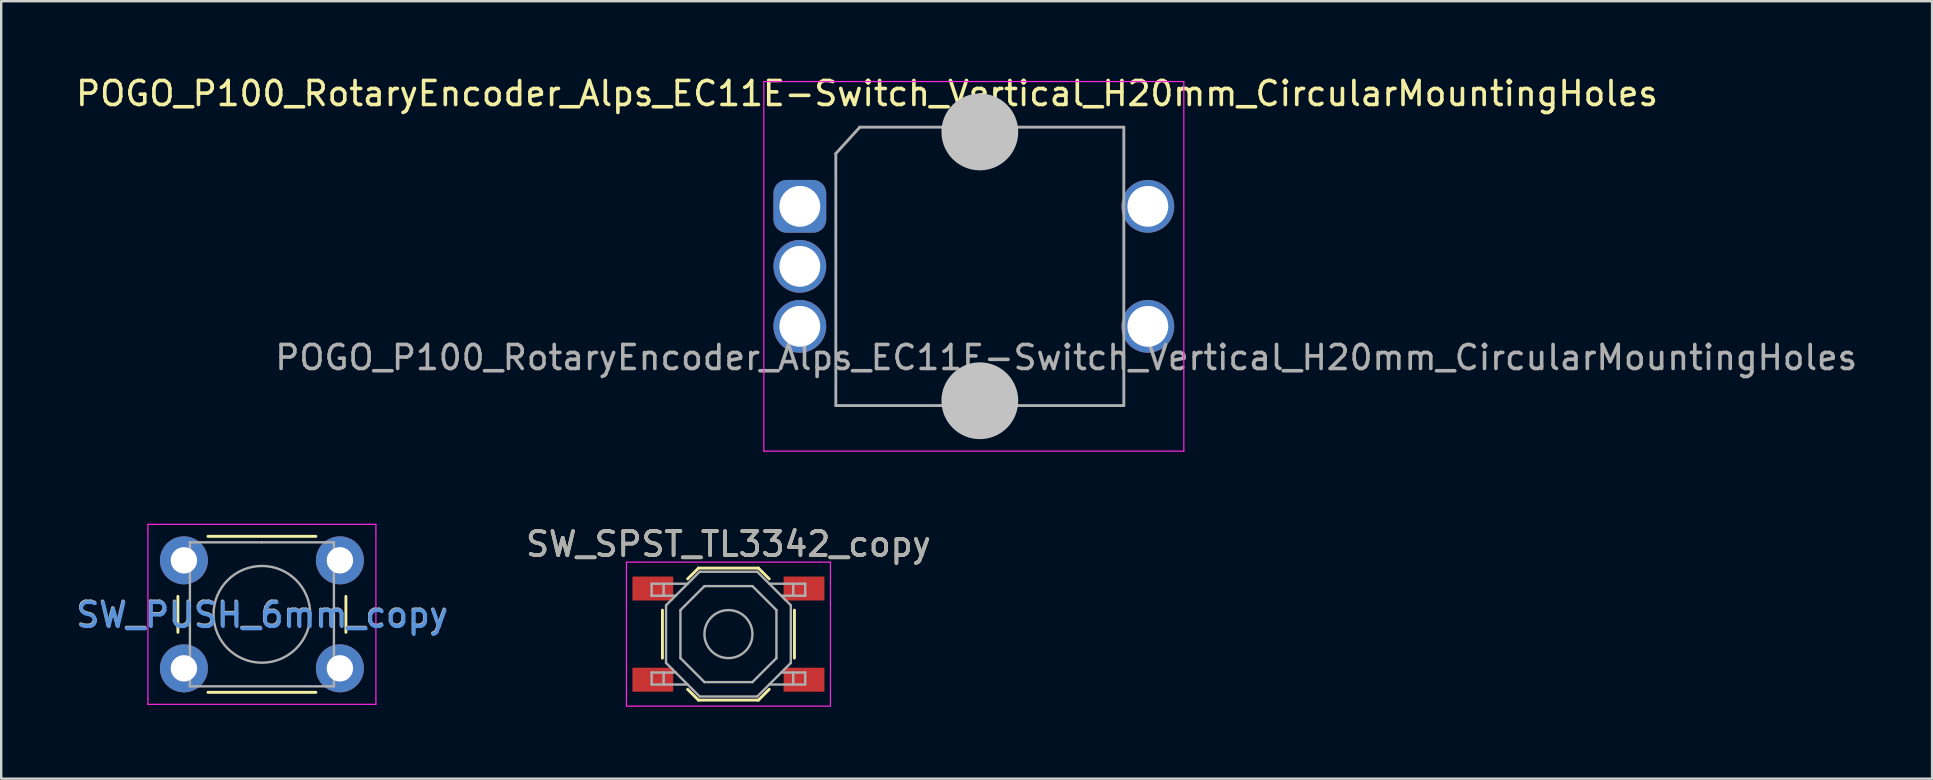
<source format=kicad_pcb>
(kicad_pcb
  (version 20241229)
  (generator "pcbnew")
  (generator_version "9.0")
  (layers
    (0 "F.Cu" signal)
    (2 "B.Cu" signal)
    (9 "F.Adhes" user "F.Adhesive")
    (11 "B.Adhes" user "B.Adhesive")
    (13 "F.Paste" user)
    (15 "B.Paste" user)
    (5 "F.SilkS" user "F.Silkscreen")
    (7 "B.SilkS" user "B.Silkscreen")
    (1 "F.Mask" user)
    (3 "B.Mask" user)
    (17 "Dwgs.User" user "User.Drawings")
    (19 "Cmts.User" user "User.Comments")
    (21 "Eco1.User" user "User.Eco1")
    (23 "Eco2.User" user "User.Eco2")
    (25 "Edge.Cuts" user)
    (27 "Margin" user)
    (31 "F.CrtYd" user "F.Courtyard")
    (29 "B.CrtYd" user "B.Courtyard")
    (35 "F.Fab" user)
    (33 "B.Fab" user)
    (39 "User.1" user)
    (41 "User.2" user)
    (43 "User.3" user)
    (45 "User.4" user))
  (footprint "POGO_P100_RotaryEncoder_Alps_EC11E-Switch_Vertical_H20mm_CircularMountingHoles"
    (layer "F.Cu")
    (at 30.277 5.548)
    (property "Reference" "POGO_P100_RotaryEncoder_Alps_EC11E-Switch_Vertical_H20mm_CircularMountingHoles" (at 2.8 -4.7 0) (layer "F.SilkS") (effects (font (size 1 1) (thickness 0.15))))
    (attr through_hole)
    (fp_line (start -1.5 -5.2) (end -1.5 10.2) (stroke (width 0.05) (type solid)) (layer "F.CrtYd"))
    (fp_line (start -1.5 -5.2) (end 16 -5.2) (stroke (width 0.05) (type solid)) (layer "F.CrtYd"))
    (fp_line (start 16 10.2) (end -1.5 10.2) (stroke (width 0.05) (type solid)) (layer "F.CrtYd"))
    (fp_line (start 16 10.2) (end 16 -5.2) (stroke (width 0.05) (type solid)) (layer "F.CrtYd"))
    (fp_line (start 1.5 -2.2) (end 2.5 -3.3) (stroke (width 0.12) (type solid)) (layer "F.Fab"))
    (fp_line (start 1.5 8.3) (end 1.5 -2.2) (stroke (width 0.12) (type solid)) (layer "F.Fab"))
    (fp_line (start 2.5 -3.3) (end 13.5 -3.3) (stroke (width 0.12) (type solid)) (layer "F.Fab"))
    (fp_line (start 13.5 -3.3) (end 13.5 8.3) (stroke (width 0.12) (type solid)) (layer "F.Fab"))
    (fp_line (start 13.5 8.3) (end 1.5 8.3) (stroke (width 0.12) (type solid)) (layer "F.Fab"))
    (fp_text user "${REFERENCE}" (at 11.1 6.3 0) (layer "F.Fab") (effects (font (size 1 1) (thickness 0.15))))
    (pad "" smd circle (at 7.5 -3.1) (size 3.2 3.2) (layers "Dwgs.User"))
    (pad "" smd circle (at 7.5 8.1) (size 3.2 3.2) (layers "Dwgs.User"))
    (pad "A" thru_hole roundrect (at 0 0) (size 2.2 2.2) (drill 1.7) (layers "*.Cu" "*.Mask") (roundrect_rratio 0.25))
    (pad "B" thru_hole circle (at 0 5) (size 2.2 2.2) (drill 1.7) (layers "*.Cu" "*.Mask"))
    (pad "C" thru_hole circle (at 0 2.5) (size 2.2 2.2) (drill 1.7) (layers "*.Cu" "*.Mask"))
    (pad "S1" thru_hole circle (at 14.5 5) (size 2.2 2.2) (drill 1.7) (layers "*.Cu" "*.Mask"))
    (pad "S2" thru_hole circle (at 14.5 0) (size 2.2 2.2) (drill 1.7) (layers "*.Cu" "*.Mask")))
  (footprint "SW_SPST_TL3342_copy"
    (layer "F.Cu")
    (at 27.302 23.372)
    (property "Reference" "SW_SPST_TL3342_copy" (at 0 -3.75 180) (layer "F.SilkS") (effects (font (size 1 1) (thickness 0.15))))
    (attr smd)
    (fp_line (start -2.75 -1) (end -2.75 1) (stroke (width 0.12) (type solid)) (layer "F.SilkS"))
    (fp_line (start -1.7 -2.3) (end -1.25 -2.75) (stroke (width 0.12) (type solid)) (layer "F.SilkS"))
    (fp_line (start -1.7 2.3) (end -1.25 2.75) (stroke (width 0.12) (type solid)) (layer "F.SilkS"))
    (fp_line (start -1.25 -2.75) (end 1.25 -2.75) (stroke (width 0.12) (type solid)) (layer "F.SilkS"))
    (fp_line (start -1.25 2.75) (end 1.25 2.75) (stroke (width 0.12) (type solid)) (layer "F.SilkS"))
    (fp_line (start 1.7 -2.3) (end 1.25 -2.75) (stroke (width 0.12) (type solid)) (layer "F.SilkS"))
    (fp_line (start 1.7 2.3) (end 1.25 2.75) (stroke (width 0.12) (type solid)) (layer "F.SilkS"))
    (fp_line (start 2.75 -1) (end 2.75 1) (stroke (width 0.12) (type solid)) (layer "F.SilkS"))
    (fp_line (start -4.25 -3) (end 4.25 -3) (stroke (width 0.05) (type solid)) (layer "F.CrtYd"))
    (fp_line (start -4.25 3) (end -4.25 -3) (stroke (width 0.05) (type solid)) (layer "F.CrtYd"))
    (fp_line (start 4.25 -3) (end 4.25 3) (stroke (width 0.05) (type solid)) (layer "F.CrtYd"))
    (fp_line (start 4.25 3) (end -4.25 3) (stroke (width 0.05) (type solid)) (layer "F.CrtYd"))
    (fp_line (start -3.2 -2.1) (end -3.2 -1.6) (stroke (width 0.1) (type solid)) (layer "F.Fab"))
    (fp_line (start -3.2 -1.6) (end -2.2 -1.6) (stroke (width 0.1) (type solid)) (layer "F.Fab"))
    (fp_line (start -3.2 1.6) (end -2.2 1.6) (stroke (width 0.1) (type solid)) (layer "F.Fab"))
    (fp_line (start -3.2 2.1) (end -3.2 1.6) (stroke (width 0.1) (type solid)) (layer "F.Fab"))
    (fp_line (start -2.7 -2.1) (end -2.7 -1.6) (stroke (width 0.1) (type solid)) (layer "F.Fab"))
    (fp_line (start -2.7 2.1) (end -2.7 1.6) (stroke (width 0.1) (type solid)) (layer "F.Fab"))
    (fp_line (start -2.6 -1.2) (end -2.6 1.2) (stroke (width 0.1) (type solid)) (layer "F.Fab"))
    (fp_line (start -2.6 1.2) (end -1.2 2.6) (stroke (width 0.1) (type solid)) (layer "F.Fab"))
    (fp_line (start -2 -1) (end -1 -2) (stroke (width 0.1) (type solid)) (layer "F.Fab"))
    (fp_line (start -2 1) (end -2 -1) (stroke (width 0.1) (type solid)) (layer "F.Fab"))
    (fp_line (start -1.7 -2.1) (end -3.2 -2.1) (stroke (width 0.1) (type solid)) (layer "F.Fab"))
    (fp_line (start -1.7 2.1) (end -3.2 2.1) (stroke (width 0.1) (type solid)) (layer "F.Fab"))
    (fp_line (start -1.2 -2.6) (end -2.6 -1.2) (stroke (width 0.1) (type solid)) (layer "F.Fab"))
    (fp_line (start -1.2 2.6) (end 1.2 2.6) (stroke (width 0.1) (type solid)) (layer "F.Fab"))
    (fp_line (start -1 -2) (end 1 -2) (stroke (width 0.1) (type solid)) (layer "F.Fab"))
    (fp_line (start -1 2) (end -2 1) (stroke (width 0.1) (type solid)) (layer "F.Fab"))
    (fp_line (start 1 -2) (end 2 -1) (stroke (width 0.1) (type solid)) (layer "F.Fab"))
    (fp_line (start 1 2) (end -1 2) (stroke (width 0.1) (type solid)) (layer "F.Fab"))
    (fp_line (start 1.2 -2.6) (end -1.2 -2.6) (stroke (width 0.1) (type solid)) (layer "F.Fab"))
    (fp_line (start 1.2 2.6) (end 2.6 1.2) (stroke (width 0.1) (type solid)) (layer "F.Fab"))
    (fp_line (start 1.7 -2.1) (end 3.2 -2.1) (stroke (width 0.1) (type solid)) (layer "F.Fab"))
    (fp_line (start 1.7 2.1) (end 3.2 2.1) (stroke (width 0.1) (type solid)) (layer "F.Fab"))
    (fp_line (start 2 -1) (end 2 1) (stroke (width 0.1) (type solid)) (layer "F.Fab"))
    (fp_line (start 2 1) (end 1 2) (stroke (width 0.1) (type solid)) (layer "F.Fab"))
    (fp_line (start 2.6 -1.2) (end 1.2 -2.6) (stroke (width 0.1) (type solid)) (layer "F.Fab"))
    (fp_line (start 2.6 1.2) (end 2.6 -1.2) (stroke (width 0.1) (type solid)) (layer "F.Fab"))
    (fp_line (start 2.7 -2.1) (end 2.7 -1.6) (stroke (width 0.1) (type solid)) (layer "F.Fab"))
    (fp_line (start 2.7 2.1) (end 2.7 1.6) (stroke (width 0.1) (type solid)) (layer "F.Fab"))
    (fp_line (start 3.2 -2.1) (end 3.2 -1.6) (stroke (width 0.1) (type solid)) (layer "F.Fab"))
    (fp_line (start 3.2 -1.6) (end 2.2 -1.6) (stroke (width 0.1) (type solid)) (layer "F.Fab"))
    (fp_line (start 3.2 1.6) (end 2.2 1.6) (stroke (width 0.1) (type solid)) (layer "F.Fab"))
    (fp_line (start 3.2 2.1) (end 3.2 1.6) (stroke (width 0.1) (type solid)) (layer "F.Fab"))
    (fp_circle (center 0 0) (end 1 0) (stroke (width 0.1) (type solid)) (fill no) (layer "F.Fab"))
    (fp_text user "${REFERENCE}" (at 0 -3.75 180) (layer "F.Fab") (effects (font (size 1 1) (thickness 0.15))))
    (pad "1" smd rect (at -3.15 -1.9) (size 1.7 1) (layers "F.Cu" "F.Mask" "F.Paste"))
    (pad "1" smd rect (at 3.15 -1.9) (size 1.7 1) (layers "F.Cu" "F.Mask" "F.Paste"))
    (pad "2" smd rect (at -3.15 1.9) (size 1.7 1) (layers "F.Cu" "F.Mask" "F.Paste"))
    (pad "2" smd rect (at 3.15 1.9) (size 1.7 1) (layers "F.Cu" "F.Mask" "F.Paste")))
  (footprint "SW_PUSH_6mm_copy"
    (layer "F.Cu")
    (at 4.613 20.298)
    (property "Reference" "SW_PUSH_6mm_copy" (at 3.272 2.292 0) (layer "Cmts.User") (effects (font (size 1 1) (thickness 0.15))))
    (attr through_hole)
    (fp_line (start -0.25 1.5) (end -0.25 3) (stroke (width 0.12) (type solid)) (layer "F.SilkS"))
    (fp_line (start 1 5.5) (end 5.5 5.5) (stroke (width 0.12) (type solid)) (layer "F.SilkS"))
    (fp_line (start 5.5 -1) (end 1 -1) (stroke (width 0.12) (type solid)) (layer "F.SilkS"))
    (fp_line (start 6.75 3) (end 6.75 1.5) (stroke (width 0.12) (type solid)) (layer "F.SilkS"))
    (fp_line (start -1.5 -1.5) (end -1.25 -1.5) (stroke (width 0.05) (type solid)) (layer "F.CrtYd"))
    (fp_line (start -1.5 -1.25) (end -1.5 -1.5) (stroke (width 0.05) (type solid)) (layer "F.CrtYd"))
    (fp_line (start -1.5 5.75) (end -1.5 -1.25) (stroke (width 0.05) (type solid)) (layer "F.CrtYd"))
    (fp_line (start -1.5 5.75) (end -1.5 6) (stroke (width 0.05) (type solid)) (layer "F.CrtYd"))
    (fp_line (start -1.5 6) (end -1.25 6) (stroke (width 0.05) (type solid)) (layer "F.CrtYd"))
    (fp_line (start -1.25 -1.5) (end 7.75 -1.5) (stroke (width 0.05) (type solid)) (layer "F.CrtYd"))
    (fp_line (start 7.75 -1.5) (end 8 -1.5) (stroke (width 0.05) (type solid)) (layer "F.CrtYd"))
    (fp_line (start 7.75 6) (end -1.25 6) (stroke (width 0.05) (type solid)) (layer "F.CrtYd"))
    (fp_line (start 7.75 6) (end 8 6) (stroke (width 0.05) (type solid)) (layer "F.CrtYd"))
    (fp_line (start 8 -1.5) (end 8 -1.25) (stroke (width 0.05) (type solid)) (layer "F.CrtYd"))
    (fp_line (start 8 -1.25) (end 8 5.75) (stroke (width 0.05) (type solid)) (layer "F.CrtYd"))
    (fp_line (start 8 6) (end 8 5.75) (stroke (width 0.05) (type solid)) (layer "F.CrtYd"))
    (fp_line (start 0.25 -0.75) (end 3.25 -0.75) (stroke (width 0.1) (type solid)) (layer "F.Fab"))
    (fp_line (start 0.25 5.25) (end 0.25 -0.75) (stroke (width 0.1) (type solid)) (layer "F.Fab"))
    (fp_line (start 3.25 -0.75) (end 6.25 -0.75) (stroke (width 0.1) (type solid)) (layer "F.Fab"))
    (fp_line (start 6.25 -0.75) (end 6.25 5.25) (stroke (width 0.1) (type solid)) (layer "F.Fab"))
    (fp_line (start 6.25 5.25) (end 0.25 5.25) (stroke (width 0.1) (type solid)) (layer "F.Fab"))
    (fp_circle (center 3.25 2.25) (end 1.25 2.5) (stroke (width 0.1) (type solid)) (fill no) (layer "F.Fab"))
    (fp_text user "${REFERENCE}" (at 3.25 2.25 0) (layer "F.Fab") (effects (font (size 1 1) (thickness 0.15))))
    (pad "1" thru_hole circle (at 0 0 90) (size 2 2) (drill 1.1) (layers "*.Cu" "*.Mask"))
    (pad "1" thru_hole circle (at 6.5 0 90) (size 2 2) (drill 1.1) (layers "*.Cu" "*.Mask"))
    (pad "2" thru_hole circle (at 0 4.5 90) (size 2 2) (drill 1.1) (layers "*.Cu" "*.Mask"))
    (pad "2" thru_hole circle (at 6.5 4.5 90) (size 2 2) (drill 1.1) (layers "*.Cu" "*.Mask")))
  (gr_rect
    (start -3 -3)
    (end 77.455 29.396)
    (stroke (width 0.1) (type default))
    (fill no)
    (layer "Edge.Cuts")))
</source>
